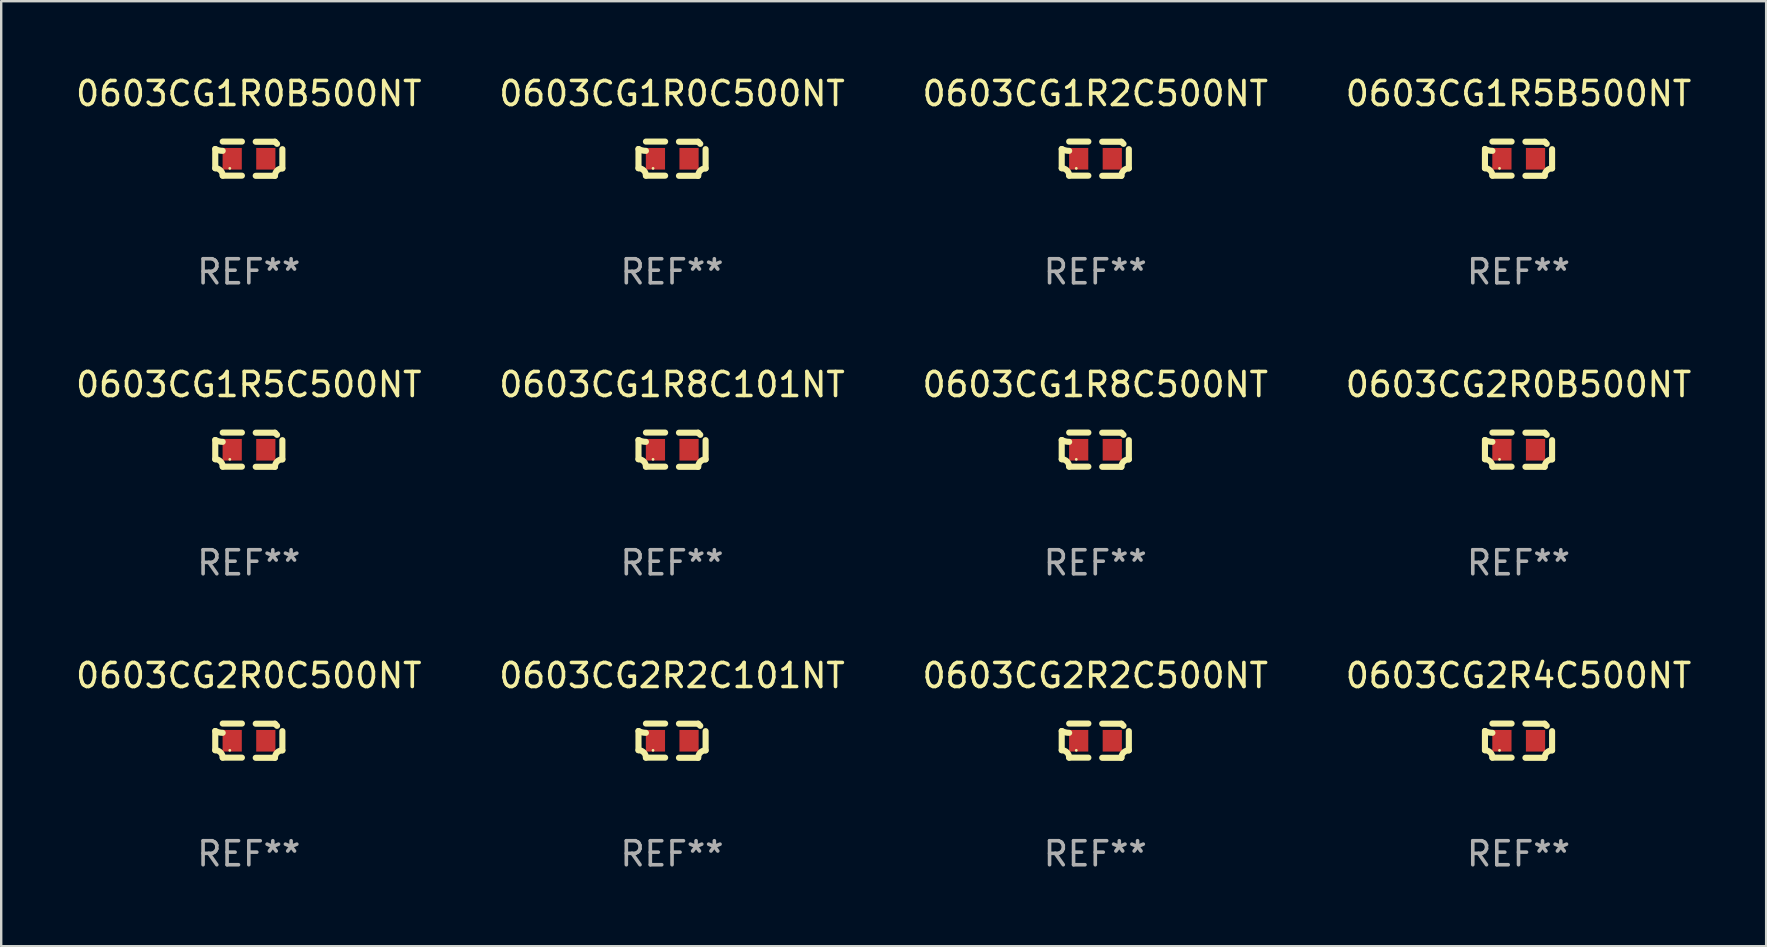
<source format=kicad_pcb>
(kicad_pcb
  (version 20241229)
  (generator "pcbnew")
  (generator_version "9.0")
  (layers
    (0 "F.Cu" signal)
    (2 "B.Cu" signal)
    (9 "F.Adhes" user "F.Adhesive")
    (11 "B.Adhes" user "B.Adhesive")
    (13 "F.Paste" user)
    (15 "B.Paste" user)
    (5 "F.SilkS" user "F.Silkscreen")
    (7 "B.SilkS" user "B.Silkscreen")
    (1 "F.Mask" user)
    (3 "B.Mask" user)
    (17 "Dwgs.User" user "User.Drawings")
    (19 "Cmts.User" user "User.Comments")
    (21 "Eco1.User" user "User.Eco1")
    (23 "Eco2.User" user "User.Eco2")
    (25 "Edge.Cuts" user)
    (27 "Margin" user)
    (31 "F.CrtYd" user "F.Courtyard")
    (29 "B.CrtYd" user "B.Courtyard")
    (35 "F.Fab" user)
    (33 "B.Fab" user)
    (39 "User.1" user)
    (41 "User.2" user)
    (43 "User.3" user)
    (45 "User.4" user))
  (footprint "0603CG2R2C101NT"
    (layer "F.Cu")
    (at 24.946 27.805)
    (property "Reference" "0603CG2R2C101NT" (at 0 -2.713 0) (layer "F.SilkS") (effects (font (size 1 1) (thickness 0.15))))
    (attr through_hole)
    (fp_line (start -1.398 -0.403) (end -1.398 0.397) (stroke (width 0.254) (type solid)) (layer "F.SilkS"))
    (fp_line (start -0.288 -0.713) (end -1.088 -0.713) (stroke (width 0.254) (type solid)) (layer "F.SilkS"))
    (fp_line (start -0.288 0.707) (end -1.088 0.707) (stroke (width 0.254) (type solid)) (layer "F.SilkS"))
    (fp_line (start 0.288 -0.707) (end 1.088 -0.707) (stroke (width 0.254) (type solid)) (layer "F.SilkS"))
    (fp_line (start 0.288 0.713) (end 1.088 0.713) (stroke (width 0.254) (type solid)) (layer "F.SilkS"))
    (fp_line (start 1.398 -0.397) (end 1.398 0.403) (stroke (width 0.254) (type solid)) (layer "F.SilkS"))
    (fp_arc (start -1.397789 0.397066) (mid -1.178701 0.487826) (end -1.08796 0.706922) (stroke (width 0.254001) (type solid)) (layer "F.SilkS"))
    (fp_arc (start -1.08796 -0.327176) (mid -1.247436 -0.346384) (end -1.39779 -0.402908) (stroke (width 0.254001) (type solid)) (layer "F.SilkS"))
    (fp_arc (start 1.087909 0.712738) (mid 1.178656 0.493655) (end 1.397739 0.402908) (stroke (width 0.254001) (type solid)) (layer "F.SilkS"))
    (fp_arc (start 1.175925 -0.618926) (mid 1.131917 -0.662923) (end 1.08791 -0.706922) (stroke (width 0.254001) (type solid)) (layer "F.SilkS"))
    (fp_circle (center -0.792 0.403) (end -0.762 0.403) (stroke (width 0.06) (type solid)) (fill no) (layer "F.SilkS"))
    (fp_text user "REF**" (at 0 4.713 0) (layer "F.Fab") (effects (font (size 1 1) (thickness 0.15))))
    (pad "1" smd rect (at -0.692 0.003) (size 0.8 0.9) (layers "F.Cu" "F.Mask" "F.Paste"))
    (pad "2" smd rect (at 0.708 0.003) (size 0.8 0.9) (layers "F.Cu" "F.Mask" "F.Paste")))
  (footprint "0603CG1R5C500NT"
    (layer "F.Cu")
    (at 7.315 15.683)
    (property "Reference" "0603CG1R5C500NT" (at 0 -2.713 0) (layer "F.SilkS") (effects (font (size 1 1) (thickness 0.15))))
    (attr through_hole)
    (fp_line (start -1.398 -0.403) (end -1.398 0.397) (stroke (width 0.254) (type solid)) (layer "F.SilkS"))
    (fp_line (start -0.288 -0.713) (end -1.088 -0.713) (stroke (width 0.254) (type solid)) (layer "F.SilkS"))
    (fp_line (start -0.288 0.707) (end -1.088 0.707) (stroke (width 0.254) (type solid)) (layer "F.SilkS"))
    (fp_line (start 0.288 -0.707) (end 1.088 -0.707) (stroke (width 0.254) (type solid)) (layer "F.SilkS"))
    (fp_line (start 0.288 0.713) (end 1.088 0.713) (stroke (width 0.254) (type solid)) (layer "F.SilkS"))
    (fp_line (start 1.398 -0.397) (end 1.398 0.403) (stroke (width 0.254) (type solid)) (layer "F.SilkS"))
    (fp_arc (start -1.397789 0.397066) (mid -1.178701 0.487826) (end -1.08796 0.706922) (stroke (width 0.254001) (type solid)) (layer "F.SilkS"))
    (fp_arc (start -1.08796 -0.327176) (mid -1.247436 -0.346384) (end -1.39779 -0.402908) (stroke (width 0.254001) (type solid)) (layer "F.SilkS"))
    (fp_arc (start 1.087909 0.712738) (mid 1.178656 0.493655) (end 1.397739 0.402908) (stroke (width 0.254001) (type solid)) (layer "F.SilkS"))
    (fp_arc (start 1.175925 -0.618926) (mid 1.131917 -0.662923) (end 1.08791 -0.706922) (stroke (width 0.254001) (type solid)) (layer "F.SilkS"))
    (fp_circle (center -0.792 0.403) (end -0.762 0.403) (stroke (width 0.06) (type solid)) (fill no) (layer "F.SilkS"))
    (fp_text user "REF**" (at 0 4.713 0) (layer "F.Fab") (effects (font (size 1 1) (thickness 0.15))))
    (pad "1" smd rect (at -0.692 0.003) (size 0.8 0.9) (layers "F.Cu" "F.Mask" "F.Paste"))
    (pad "2" smd rect (at 0.708 0.003) (size 0.8 0.9) (layers "F.Cu" "F.Mask" "F.Paste")))
  (footprint "0603CG1R8C500NT"
    (layer "F.Cu")
    (at 42.577 15.683)
    (property "Reference" "0603CG1R8C500NT" (at 0 -2.713 0) (layer "F.SilkS") (effects (font (size 1 1) (thickness 0.15))))
    (attr through_hole)
    (fp_line (start -1.398 -0.403) (end -1.398 0.397) (stroke (width 0.254) (type solid)) (layer "F.SilkS"))
    (fp_line (start -0.288 -0.713) (end -1.088 -0.713) (stroke (width 0.254) (type solid)) (layer "F.SilkS"))
    (fp_line (start -0.288 0.707) (end -1.088 0.707) (stroke (width 0.254) (type solid)) (layer "F.SilkS"))
    (fp_line (start 0.288 -0.707) (end 1.088 -0.707) (stroke (width 0.254) (type solid)) (layer "F.SilkS"))
    (fp_line (start 0.288 0.713) (end 1.088 0.713) (stroke (width 0.254) (type solid)) (layer "F.SilkS"))
    (fp_line (start 1.398 -0.397) (end 1.398 0.403) (stroke (width 0.254) (type solid)) (layer "F.SilkS"))
    (fp_arc (start -1.397789 0.397066) (mid -1.178701 0.487826) (end -1.08796 0.706922) (stroke (width 0.254001) (type solid)) (layer "F.SilkS"))
    (fp_arc (start -1.08796 -0.327176) (mid -1.247436 -0.346384) (end -1.39779 -0.402908) (stroke (width 0.254001) (type solid)) (layer "F.SilkS"))
    (fp_arc (start 1.087909 0.712738) (mid 1.178656 0.493655) (end 1.397739 0.402908) (stroke (width 0.254001) (type solid)) (layer "F.SilkS"))
    (fp_arc (start 1.175925 -0.618926) (mid 1.131917 -0.662923) (end 1.08791 -0.706922) (stroke (width 0.254001) (type solid)) (layer "F.SilkS"))
    (fp_circle (center -0.792 0.403) (end -0.762 0.403) (stroke (width 0.06) (type solid)) (fill no) (layer "F.SilkS"))
    (fp_text user "REF**" (at 0 4.713 0) (layer "F.Fab") (effects (font (size 1 1) (thickness 0.15))))
    (pad "1" smd rect (at -0.692 0.003) (size 0.8 0.9) (layers "F.Cu" "F.Mask" "F.Paste"))
    (pad "2" smd rect (at 0.708 0.003) (size 0.8 0.9) (layers "F.Cu" "F.Mask" "F.Paste")))
  (footprint "0603CG1R2C500NT"
    (layer "F.Cu")
    (at 42.577 3.561)
    (property "Reference" "0603CG1R2C500NT" (at 0 -2.713 0) (layer "F.SilkS") (effects (font (size 1 1) (thickness 0.15))))
    (attr through_hole)
    (fp_line (start -1.398 -0.403) (end -1.398 0.397) (stroke (width 0.254) (type solid)) (layer "F.SilkS"))
    (fp_line (start -0.288 -0.713) (end -1.088 -0.713) (stroke (width 0.254) (type solid)) (layer "F.SilkS"))
    (fp_line (start -0.288 0.707) (end -1.088 0.707) (stroke (width 0.254) (type solid)) (layer "F.SilkS"))
    (fp_line (start 0.288 -0.707) (end 1.088 -0.707) (stroke (width 0.254) (type solid)) (layer "F.SilkS"))
    (fp_line (start 0.288 0.713) (end 1.088 0.713) (stroke (width 0.254) (type solid)) (layer "F.SilkS"))
    (fp_line (start 1.398 -0.397) (end 1.398 0.403) (stroke (width 0.254) (type solid)) (layer "F.SilkS"))
    (fp_arc (start -1.397789 0.397066) (mid -1.178701 0.487826) (end -1.08796 0.706922) (stroke (width 0.254001) (type solid)) (layer "F.SilkS"))
    (fp_arc (start -1.08796 -0.327176) (mid -1.247436 -0.346384) (end -1.39779 -0.402908) (stroke (width 0.254001) (type solid)) (layer "F.SilkS"))
    (fp_arc (start 1.087909 0.712738) (mid 1.178656 0.493655) (end 1.397739 0.402908) (stroke (width 0.254001) (type solid)) (layer "F.SilkS"))
    (fp_arc (start 1.175925 -0.618926) (mid 1.131917 -0.662923) (end 1.08791 -0.706922) (stroke (width 0.254001) (type solid)) (layer "F.SilkS"))
    (fp_circle (center -0.792 0.403) (end -0.762 0.403) (stroke (width 0.06) (type solid)) (fill no) (layer "F.SilkS"))
    (fp_text user "REF**" (at 0 4.713 0) (layer "F.Fab") (effects (font (size 1 1) (thickness 0.15))))
    (pad "1" smd rect (at -0.692 0.003) (size 0.8 0.9) (layers "F.Cu" "F.Mask" "F.Paste"))
    (pad "2" smd rect (at 0.708 0.003) (size 0.8 0.9) (layers "F.Cu" "F.Mask" "F.Paste")))
  (footprint "0603CG2R0C500NT"
    (layer "F.Cu")
    (at 7.315 27.805)
    (property "Reference" "0603CG2R0C500NT" (at 0 -2.713 0) (layer "F.SilkS") (effects (font (size 1 1) (thickness 0.15))))
    (attr through_hole)
    (fp_line (start -1.398 -0.403) (end -1.398 0.397) (stroke (width 0.254) (type solid)) (layer "F.SilkS"))
    (fp_line (start -0.288 -0.713) (end -1.088 -0.713) (stroke (width 0.254) (type solid)) (layer "F.SilkS"))
    (fp_line (start -0.288 0.707) (end -1.088 0.707) (stroke (width 0.254) (type solid)) (layer "F.SilkS"))
    (fp_line (start 0.288 -0.707) (end 1.088 -0.707) (stroke (width 0.254) (type solid)) (layer "F.SilkS"))
    (fp_line (start 0.288 0.713) (end 1.088 0.713) (stroke (width 0.254) (type solid)) (layer "F.SilkS"))
    (fp_line (start 1.398 -0.397) (end 1.398 0.403) (stroke (width 0.254) (type solid)) (layer "F.SilkS"))
    (fp_arc (start -1.397789 0.397066) (mid -1.178701 0.487826) (end -1.08796 0.706922) (stroke (width 0.254001) (type solid)) (layer "F.SilkS"))
    (fp_arc (start -1.08796 -0.327176) (mid -1.247436 -0.346384) (end -1.39779 -0.402908) (stroke (width 0.254001) (type solid)) (layer "F.SilkS"))
    (fp_arc (start 1.087909 0.712738) (mid 1.178656 0.493655) (end 1.397739 0.402908) (stroke (width 0.254001) (type solid)) (layer "F.SilkS"))
    (fp_arc (start 1.175925 -0.618926) (mid 1.131917 -0.662923) (end 1.08791 -0.706922) (stroke (width 0.254001) (type solid)) (layer "F.SilkS"))
    (fp_circle (center -0.792 0.403) (end -0.762 0.403) (stroke (width 0.06) (type solid)) (fill no) (layer "F.SilkS"))
    (fp_text user "REF**" (at 0 4.713 0) (layer "F.Fab") (effects (font (size 1 1) (thickness 0.15))))
    (pad "1" smd rect (at -0.692 0.003) (size 0.8 0.9) (layers "F.Cu" "F.Mask" "F.Paste"))
    (pad "2" smd rect (at 0.708 0.003) (size 0.8 0.9) (layers "F.Cu" "F.Mask" "F.Paste")))
  (footprint "0603CG2R2C500NT"
    (layer "F.Cu")
    (at 42.577 27.805)
    (property "Reference" "0603CG2R2C500NT" (at 0 -2.713 0) (layer "F.SilkS") (effects (font (size 1 1) (thickness 0.15))))
    (attr through_hole)
    (fp_line (start -1.398 -0.403) (end -1.398 0.397) (stroke (width 0.254) (type solid)) (layer "F.SilkS"))
    (fp_line (start -0.288 -0.713) (end -1.088 -0.713) (stroke (width 0.254) (type solid)) (layer "F.SilkS"))
    (fp_line (start -0.288 0.707) (end -1.088 0.707) (stroke (width 0.254) (type solid)) (layer "F.SilkS"))
    (fp_line (start 0.288 -0.707) (end 1.088 -0.707) (stroke (width 0.254) (type solid)) (layer "F.SilkS"))
    (fp_line (start 0.288 0.713) (end 1.088 0.713) (stroke (width 0.254) (type solid)) (layer "F.SilkS"))
    (fp_line (start 1.398 -0.397) (end 1.398 0.403) (stroke (width 0.254) (type solid)) (layer "F.SilkS"))
    (fp_arc (start -1.397789 0.397066) (mid -1.178701 0.487826) (end -1.08796 0.706922) (stroke (width 0.254001) (type solid)) (layer "F.SilkS"))
    (fp_arc (start -1.08796 -0.327176) (mid -1.247436 -0.346384) (end -1.39779 -0.402908) (stroke (width 0.254001) (type solid)) (layer "F.SilkS"))
    (fp_arc (start 1.087909 0.712738) (mid 1.178656 0.493655) (end 1.397739 0.402908) (stroke (width 0.254001) (type solid)) (layer "F.SilkS"))
    (fp_arc (start 1.175925 -0.618926) (mid 1.131917 -0.662923) (end 1.08791 -0.706922) (stroke (width 0.254001) (type solid)) (layer "F.SilkS"))
    (fp_circle (center -0.792 0.403) (end -0.762 0.403) (stroke (width 0.06) (type solid)) (fill no) (layer "F.SilkS"))
    (fp_text user "REF**" (at 0 4.713 0) (layer "F.Fab") (effects (font (size 1 1) (thickness 0.15))))
    (pad "1" smd rect (at -0.692 0.003) (size 0.8 0.9) (layers "F.Cu" "F.Mask" "F.Paste"))
    (pad "2" smd rect (at 0.708 0.003) (size 0.8 0.9) (layers "F.Cu" "F.Mask" "F.Paste")))
  (footprint "0603CG1R5B500NT"
    (layer "F.Cu")
    (at 60.208 3.561)
    (property "Reference" "0603CG1R5B500NT" (at 0 -2.713 0) (layer "F.SilkS") (effects (font (size 1 1) (thickness 0.15))))
    (attr through_hole)
    (fp_line (start -1.398 -0.403) (end -1.398 0.397) (stroke (width 0.254) (type solid)) (layer "F.SilkS"))
    (fp_line (start -0.288 -0.713) (end -1.088 -0.713) (stroke (width 0.254) (type solid)) (layer "F.SilkS"))
    (fp_line (start -0.288 0.707) (end -1.088 0.707) (stroke (width 0.254) (type solid)) (layer "F.SilkS"))
    (fp_line (start 0.288 -0.707) (end 1.088 -0.707) (stroke (width 0.254) (type solid)) (layer "F.SilkS"))
    (fp_line (start 0.288 0.713) (end 1.088 0.713) (stroke (width 0.254) (type solid)) (layer "F.SilkS"))
    (fp_line (start 1.398 -0.397) (end 1.398 0.403) (stroke (width 0.254) (type solid)) (layer "F.SilkS"))
    (fp_arc (start -1.397789 0.397066) (mid -1.178701 0.487826) (end -1.08796 0.706922) (stroke (width 0.254001) (type solid)) (layer "F.SilkS"))
    (fp_arc (start -1.08796 -0.327176) (mid -1.247436 -0.346384) (end -1.39779 -0.402908) (stroke (width 0.254001) (type solid)) (layer "F.SilkS"))
    (fp_arc (start 1.087909 0.712738) (mid 1.178656 0.493655) (end 1.397739 0.402908) (stroke (width 0.254001) (type solid)) (layer "F.SilkS"))
    (fp_arc (start 1.175925 -0.618926) (mid 1.131917 -0.662923) (end 1.08791 -0.706922) (stroke (width 0.254001) (type solid)) (layer "F.SilkS"))
    (fp_circle (center -0.792 0.403) (end -0.762 0.403) (stroke (width 0.06) (type solid)) (fill no) (layer "F.SilkS"))
    (fp_text user "REF**" (at 0 4.713 0) (layer "F.Fab") (effects (font (size 1 1) (thickness 0.15))))
    (pad "1" smd rect (at -0.692 0.003) (size 0.8 0.9) (layers "F.Cu" "F.Mask" "F.Paste"))
    (pad "2" smd rect (at 0.708 0.003) (size 0.8 0.9) (layers "F.Cu" "F.Mask" "F.Paste")))
  (footprint "0603CG1R8C101NT"
    (layer "F.Cu")
    (at 24.946 15.683)
    (property "Reference" "0603CG1R8C101NT" (at 0 -2.713 0) (layer "F.SilkS") (effects (font (size 1 1) (thickness 0.15))))
    (attr through_hole)
    (fp_line (start -1.398 -0.403) (end -1.398 0.397) (stroke (width 0.254) (type solid)) (layer "F.SilkS"))
    (fp_line (start -0.288 -0.713) (end -1.088 -0.713) (stroke (width 0.254) (type solid)) (layer "F.SilkS"))
    (fp_line (start -0.288 0.707) (end -1.088 0.707) (stroke (width 0.254) (type solid)) (layer "F.SilkS"))
    (fp_line (start 0.288 -0.707) (end 1.088 -0.707) (stroke (width 0.254) (type solid)) (layer "F.SilkS"))
    (fp_line (start 0.288 0.713) (end 1.088 0.713) (stroke (width 0.254) (type solid)) (layer "F.SilkS"))
    (fp_line (start 1.398 -0.397) (end 1.398 0.403) (stroke (width 0.254) (type solid)) (layer "F.SilkS"))
    (fp_arc (start -1.397789 0.397066) (mid -1.178701 0.487826) (end -1.08796 0.706922) (stroke (width 0.254001) (type solid)) (layer "F.SilkS"))
    (fp_arc (start -1.08796 -0.327176) (mid -1.247436 -0.346384) (end -1.39779 -0.402908) (stroke (width 0.254001) (type solid)) (layer "F.SilkS"))
    (fp_arc (start 1.087909 0.712738) (mid 1.178656 0.493655) (end 1.397739 0.402908) (stroke (width 0.254001) (type solid)) (layer "F.SilkS"))
    (fp_arc (start 1.175925 -0.618926) (mid 1.131917 -0.662923) (end 1.08791 -0.706922) (stroke (width 0.254001) (type solid)) (layer "F.SilkS"))
    (fp_circle (center -0.792 0.403) (end -0.762 0.403) (stroke (width 0.06) (type solid)) (fill no) (layer "F.SilkS"))
    (fp_text user "REF**" (at 0 4.713 0) (layer "F.Fab") (effects (font (size 1 1) (thickness 0.15))))
    (pad "1" smd rect (at -0.692 0.003) (size 0.8 0.9) (layers "F.Cu" "F.Mask" "F.Paste"))
    (pad "2" smd rect (at 0.708 0.003) (size 0.8 0.9) (layers "F.Cu" "F.Mask" "F.Paste")))
  (footprint "0603CG2R4C500NT"
    (layer "F.Cu")
    (at 60.208 27.805)
    (property "Reference" "0603CG2R4C500NT" (at 0 -2.713 0) (layer "F.SilkS") (effects (font (size 1 1) (thickness 0.15))))
    (attr through_hole)
    (fp_line (start -1.398 -0.403) (end -1.398 0.397) (stroke (width 0.254) (type solid)) (layer "F.SilkS"))
    (fp_line (start -0.288 -0.713) (end -1.088 -0.713) (stroke (width 0.254) (type solid)) (layer "F.SilkS"))
    (fp_line (start -0.288 0.707) (end -1.088 0.707) (stroke (width 0.254) (type solid)) (layer "F.SilkS"))
    (fp_line (start 0.288 -0.707) (end 1.088 -0.707) (stroke (width 0.254) (type solid)) (layer "F.SilkS"))
    (fp_line (start 0.288 0.713) (end 1.088 0.713) (stroke (width 0.254) (type solid)) (layer "F.SilkS"))
    (fp_line (start 1.398 -0.397) (end 1.398 0.403) (stroke (width 0.254) (type solid)) (layer "F.SilkS"))
    (fp_arc (start -1.397789 0.397066) (mid -1.178701 0.487826) (end -1.08796 0.706922) (stroke (width 0.254001) (type solid)) (layer "F.SilkS"))
    (fp_arc (start -1.08796 -0.327176) (mid -1.247436 -0.346384) (end -1.39779 -0.402908) (stroke (width 0.254001) (type solid)) (layer "F.SilkS"))
    (fp_arc (start 1.087909 0.712738) (mid 1.178656 0.493655) (end 1.397739 0.402908) (stroke (width 0.254001) (type solid)) (layer "F.SilkS"))
    (fp_arc (start 1.175925 -0.618926) (mid 1.131917 -0.662923) (end 1.08791 -0.706922) (stroke (width 0.254001) (type solid)) (layer "F.SilkS"))
    (fp_circle (center -0.792 0.403) (end -0.762 0.403) (stroke (width 0.06) (type solid)) (fill no) (layer "F.SilkS"))
    (fp_text user "REF**" (at 0 4.713 0) (layer "F.Fab") (effects (font (size 1 1) (thickness 0.15))))
    (pad "1" smd rect (at -0.692 0.003) (size 0.8 0.9) (layers "F.Cu" "F.Mask" "F.Paste"))
    (pad "2" smd rect (at 0.708 0.003) (size 0.8 0.9) (layers "F.Cu" "F.Mask" "F.Paste")))
  (footprint "0603CG1R0B500NT"
    (layer "F.Cu")
    (at 7.315 3.561)
    (property "Reference" "0603CG1R0B500NT" (at 0 -2.713 0) (layer "F.SilkS") (effects (font (size 1 1) (thickness 0.15))))
    (attr through_hole)
    (fp_line (start -1.398 -0.403) (end -1.398 0.397) (stroke (width 0.254) (type solid)) (layer "F.SilkS"))
    (fp_line (start -0.288 -0.713) (end -1.088 -0.713) (stroke (width 0.254) (type solid)) (layer "F.SilkS"))
    (fp_line (start -0.288 0.707) (end -1.088 0.707) (stroke (width 0.254) (type solid)) (layer "F.SilkS"))
    (fp_line (start 0.288 -0.707) (end 1.088 -0.707) (stroke (width 0.254) (type solid)) (layer "F.SilkS"))
    (fp_line (start 0.288 0.713) (end 1.088 0.713) (stroke (width 0.254) (type solid)) (layer "F.SilkS"))
    (fp_line (start 1.398 -0.397) (end 1.398 0.403) (stroke (width 0.254) (type solid)) (layer "F.SilkS"))
    (fp_arc (start -1.397789 0.397066) (mid -1.178701 0.487826) (end -1.08796 0.706922) (stroke (width 0.254001) (type solid)) (layer "F.SilkS"))
    (fp_arc (start -1.08796 -0.327176) (mid -1.247436 -0.346384) (end -1.39779 -0.402908) (stroke (width 0.254001) (type solid)) (layer "F.SilkS"))
    (fp_arc (start 1.087909 0.712738) (mid 1.178656 0.493655) (end 1.397739 0.402908) (stroke (width 0.254001) (type solid)) (layer "F.SilkS"))
    (fp_arc (start 1.175925 -0.618926) (mid 1.131917 -0.662923) (end 1.08791 -0.706922) (stroke (width 0.254001) (type solid)) (layer "F.SilkS"))
    (fp_circle (center -0.792 0.403) (end -0.762 0.403) (stroke (width 0.06) (type solid)) (fill no) (layer "F.SilkS"))
    (fp_text user "REF**" (at 0 4.713 0) (layer "F.Fab") (effects (font (size 1 1) (thickness 0.15))))
    (pad "1" smd rect (at -0.692 0.003) (size 0.8 0.9) (layers "F.Cu" "F.Mask" "F.Paste"))
    (pad "2" smd rect (at 0.708 0.003) (size 0.8 0.9) (layers "F.Cu" "F.Mask" "F.Paste")))
  (footprint "0603CG1R0C500NT"
    (layer "F.Cu")
    (at 24.946 3.561)
    (property "Reference" "0603CG1R0C500NT" (at 0 -2.713 0) (layer "F.SilkS") (effects (font (size 1 1) (thickness 0.15))))
    (attr through_hole)
    (fp_line (start -1.398 -0.403) (end -1.398 0.397) (stroke (width 0.254) (type solid)) (layer "F.SilkS"))
    (fp_line (start -0.288 -0.713) (end -1.088 -0.713) (stroke (width 0.254) (type solid)) (layer "F.SilkS"))
    (fp_line (start -0.288 0.707) (end -1.088 0.707) (stroke (width 0.254) (type solid)) (layer "F.SilkS"))
    (fp_line (start 0.288 -0.707) (end 1.088 -0.707) (stroke (width 0.254) (type solid)) (layer "F.SilkS"))
    (fp_line (start 0.288 0.713) (end 1.088 0.713) (stroke (width 0.254) (type solid)) (layer "F.SilkS"))
    (fp_line (start 1.398 -0.397) (end 1.398 0.403) (stroke (width 0.254) (type solid)) (layer "F.SilkS"))
    (fp_arc (start -1.397789 0.397066) (mid -1.178701 0.487826) (end -1.08796 0.706922) (stroke (width 0.254001) (type solid)) (layer "F.SilkS"))
    (fp_arc (start -1.08796 -0.327176) (mid -1.247436 -0.346384) (end -1.39779 -0.402908) (stroke (width 0.254001) (type solid)) (layer "F.SilkS"))
    (fp_arc (start 1.087909 0.712738) (mid 1.178656 0.493655) (end 1.397739 0.402908) (stroke (width 0.254001) (type solid)) (layer "F.SilkS"))
    (fp_arc (start 1.175925 -0.618926) (mid 1.131917 -0.662923) (end 1.08791 -0.706922) (stroke (width 0.254001) (type solid)) (layer "F.SilkS"))
    (fp_circle (center -0.792 0.403) (end -0.762 0.403) (stroke (width 0.06) (type solid)) (fill no) (layer "F.SilkS"))
    (fp_text user "REF**" (at 0 4.713 0) (layer "F.Fab") (effects (font (size 1 1) (thickness 0.15))))
    (pad "1" smd rect (at -0.692 0.003) (size 0.8 0.9) (layers "F.Cu" "F.Mask" "F.Paste"))
    (pad "2" smd rect (at 0.708 0.003) (size 0.8 0.9) (layers "F.Cu" "F.Mask" "F.Paste")))
  (footprint "0603CG2R0B500NT"
    (layer "F.Cu")
    (at 60.208 15.683)
    (property "Reference" "0603CG2R0B500NT" (at 0 -2.713 0) (layer "F.SilkS") (effects (font (size 1 1) (thickness 0.15))))
    (attr through_hole)
    (fp_line (start -1.398 -0.403) (end -1.398 0.397) (stroke (width 0.254) (type solid)) (layer "F.SilkS"))
    (fp_line (start -0.288 -0.713) (end -1.088 -0.713) (stroke (width 0.254) (type solid)) (layer "F.SilkS"))
    (fp_line (start -0.288 0.707) (end -1.088 0.707) (stroke (width 0.254) (type solid)) (layer "F.SilkS"))
    (fp_line (start 0.288 -0.707) (end 1.088 -0.707) (stroke (width 0.254) (type solid)) (layer "F.SilkS"))
    (fp_line (start 0.288 0.713) (end 1.088 0.713) (stroke (width 0.254) (type solid)) (layer "F.SilkS"))
    (fp_line (start 1.398 -0.397) (end 1.398 0.403) (stroke (width 0.254) (type solid)) (layer "F.SilkS"))
    (fp_arc (start -1.397789 0.397066) (mid -1.178701 0.487826) (end -1.08796 0.706922) (stroke (width 0.254001) (type solid)) (layer "F.SilkS"))
    (fp_arc (start -1.08796 -0.327176) (mid -1.247436 -0.346384) (end -1.39779 -0.402908) (stroke (width 0.254001) (type solid)) (layer "F.SilkS"))
    (fp_arc (start 1.087909 0.712738) (mid 1.178656 0.493655) (end 1.397739 0.402908) (stroke (width 0.254001) (type solid)) (layer "F.SilkS"))
    (fp_arc (start 1.175925 -0.618926) (mid 1.131917 -0.662923) (end 1.08791 -0.706922) (stroke (width 0.254001) (type solid)) (layer "F.SilkS"))
    (fp_circle (center -0.792 0.403) (end -0.762 0.403) (stroke (width 0.06) (type solid)) (fill no) (layer "F.SilkS"))
    (fp_text user "REF**" (at 0 4.713 0) (layer "F.Fab") (effects (font (size 1 1) (thickness 0.15))))
    (pad "1" smd rect (at -0.692 0.003) (size 0.8 0.9) (layers "F.Cu" "F.Mask" "F.Paste"))
    (pad "2" smd rect (at 0.708 0.003) (size 0.8 0.9) (layers "F.Cu" "F.Mask" "F.Paste")))
  (gr_rect
    (start -3 -3)
    (end 70.524 36.366)
    (stroke (width 0.1) (type default))
    (fill no)
    (layer "Edge.Cuts")))
</source>
